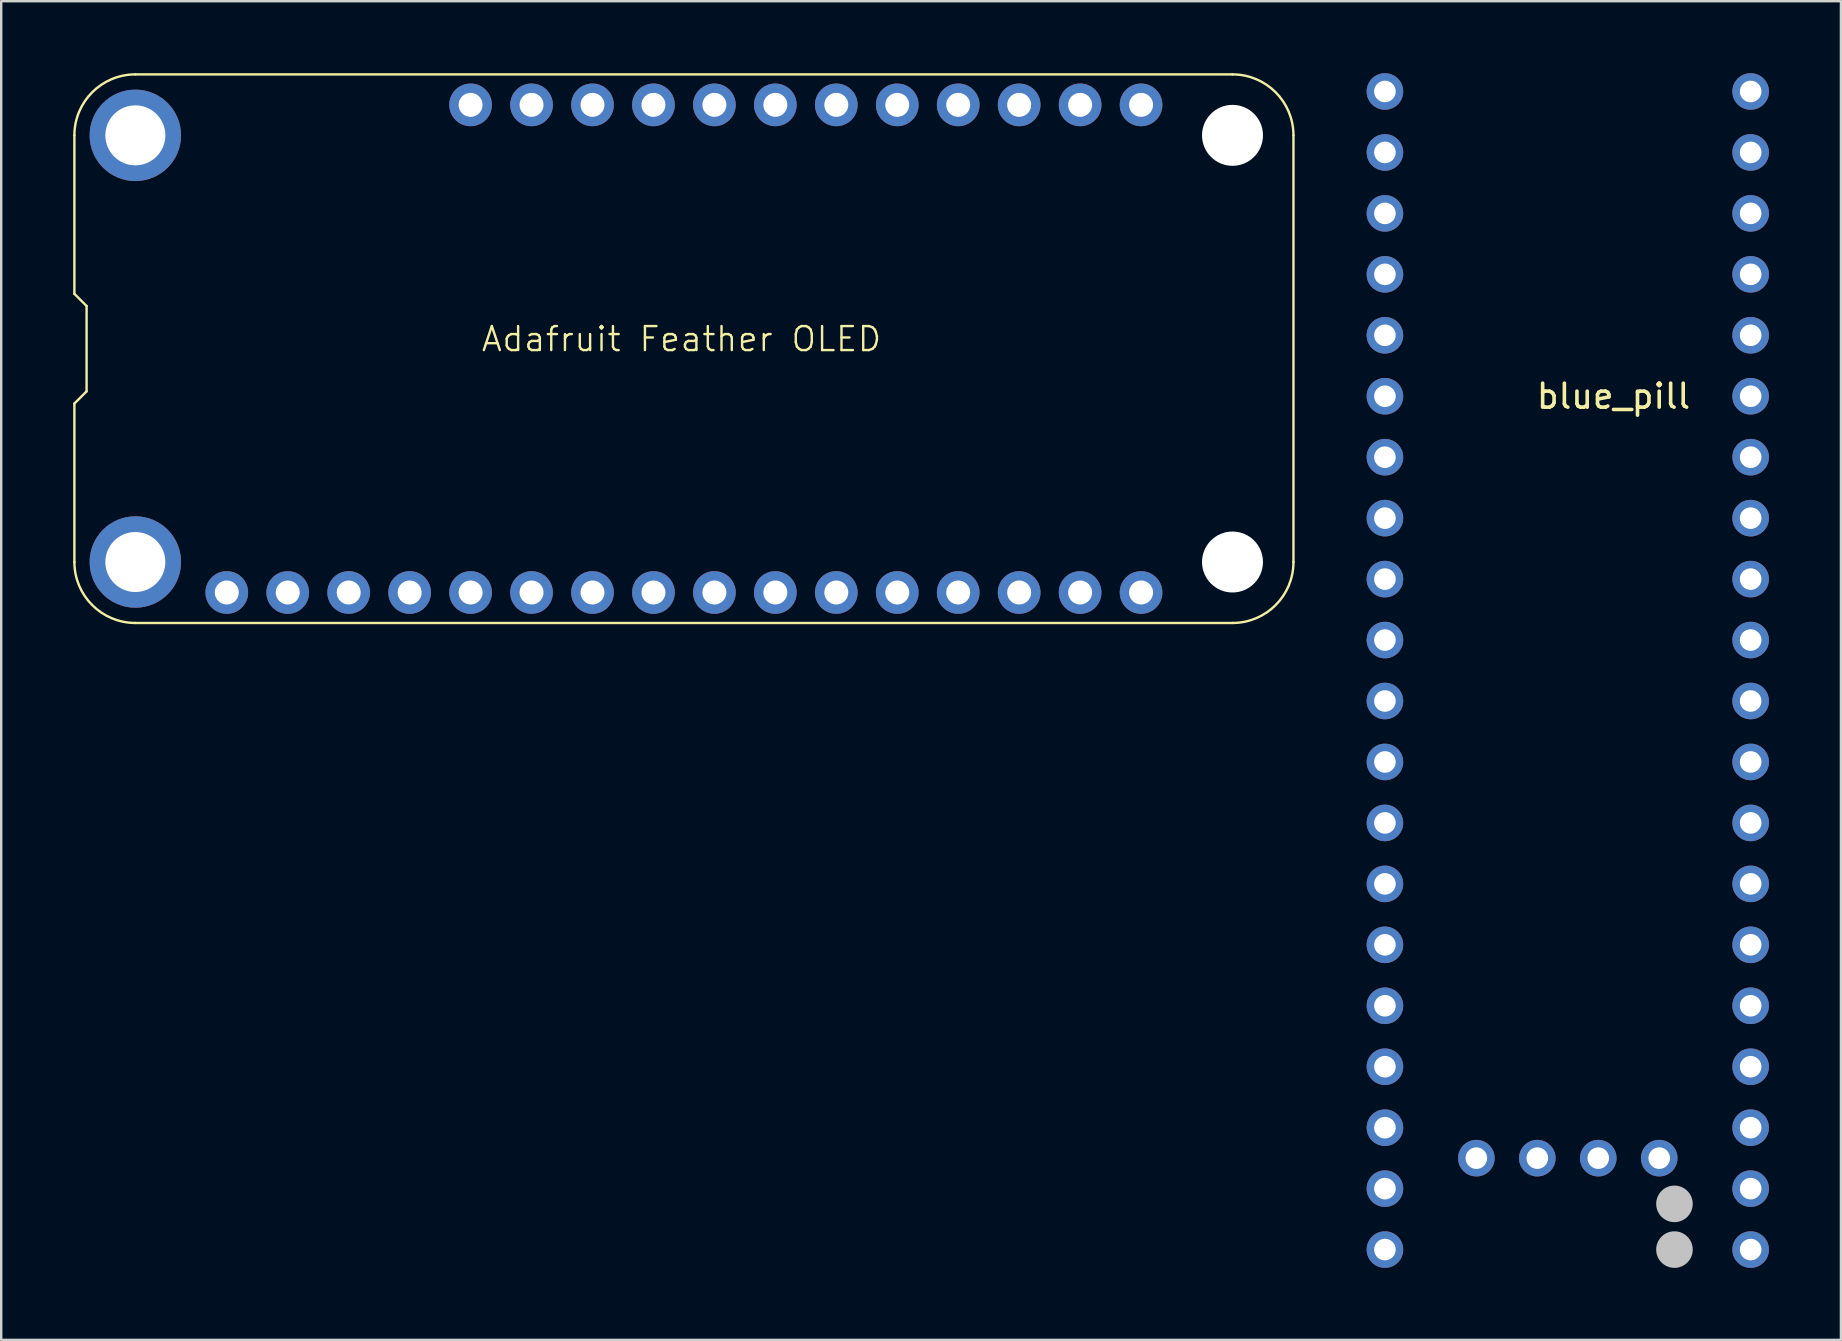
<source format=kicad_pcb>
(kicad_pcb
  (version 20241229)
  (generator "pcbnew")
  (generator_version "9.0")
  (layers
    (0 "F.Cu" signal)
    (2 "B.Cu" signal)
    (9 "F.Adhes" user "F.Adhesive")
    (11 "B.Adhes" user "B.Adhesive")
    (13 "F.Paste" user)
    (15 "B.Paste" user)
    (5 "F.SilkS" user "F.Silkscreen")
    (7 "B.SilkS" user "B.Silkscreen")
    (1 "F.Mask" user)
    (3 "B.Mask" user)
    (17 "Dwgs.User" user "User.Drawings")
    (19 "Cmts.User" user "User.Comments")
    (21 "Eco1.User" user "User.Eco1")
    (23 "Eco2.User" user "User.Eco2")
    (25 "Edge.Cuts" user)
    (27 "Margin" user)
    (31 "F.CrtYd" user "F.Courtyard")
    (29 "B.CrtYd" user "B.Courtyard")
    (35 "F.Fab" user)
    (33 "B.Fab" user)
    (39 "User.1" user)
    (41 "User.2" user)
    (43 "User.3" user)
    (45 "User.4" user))
  (footprint "blue_pill"
    (layer "F.Cu")
    (at 64.187 21.717)
    (property "Reference" "blue_pill" (at 0 -8.255 0) (layer "F.SilkS") (effects (font (size 1 1) (thickness 0.15))))
    (attr through_hole)
    (pad "" smd circle (at 2.54 25.4) (size 1.524 1.524) (layers "Dwgs.User"))
    (pad "" smd circle (at 2.54 27.305) (size 1.524 1.524) (layers "Dwgs.User"))
    (pad "3V3" thru_hole circle (at -9.525 27.305) (size 1.524 1.524) (drill 0.9) (layers "*.Cu" "*.Mask"))
    (pad "3V3" thru_hole circle (at -5.715 23.495) (size 1.524 1.524) (drill 0.9) (layers "*.Cu" "*.Mask"))
    (pad "3V3" thru_hole circle (at 5.715 -15.875) (size 1.524 1.524) (drill 0.9) (layers "*.Cu" "*.Mask"))
    (pad "5V" thru_hole circle (at -9.525 22.225) (size 1.524 1.524) (drill 0.9) (layers "*.Cu" "*.Mask"))
    (pad "G" thru_hole circle (at -9.525 24.765) (size 1.524 1.524) (drill 0.9) (layers "*.Cu" "*.Mask"))
    (pad "G" thru_hole circle (at 1.905 23.495) (size 1.524 1.524) (drill 0.9) (layers "*.Cu" "*.Mask"))
    (pad "G" thru_hole circle (at 5.715 -20.955) (size 1.524 1.524) (drill 0.9) (layers "*.Cu" "*.Mask"))
    (pad "G" thru_hole circle (at 5.715 -18.415) (size 1.524 1.524) (drill 0.9) (layers "*.Cu" "*.Mask"))
    (pad "NRST" thru_hole circle (at 5.715 -13.335) (size 1.524 1.524) (drill 0.9) (layers "*.Cu" "*.Mask"))
    (pad "PA0" thru_hole circle (at 5.715 17.145) (size 1.524 1.524) (drill 0.9) (layers "*.Cu" "*.Mask"))
    (pad "PA1" thru_hole circle (at 5.715 14.605) (size 1.524 1.524) (drill 0.9) (layers "*.Cu" "*.Mask"))
    (pad "PA2" thru_hole circle (at 5.715 12.065) (size 1.524 1.524) (drill 0.9) (layers "*.Cu" "*.Mask"))
    (pad "PA3" thru_hole circle (at 5.715 9.525) (size 1.524 1.524) (drill 0.9) (layers "*.Cu" "*.Mask"))
    (pad "PA4" thru_hole circle (at 5.715 6.985) (size 1.524 1.524) (drill 0.9) (layers "*.Cu" "*.Mask"))
    (pad "PA5" thru_hole circle (at 5.715 4.445) (size 1.524 1.524) (drill 0.9) (layers "*.Cu" "*.Mask"))
    (pad "PA6" thru_hole circle (at 5.715 1.905) (size 1.524 1.524) (drill 0.9) (layers "*.Cu" "*.Mask"))
    (pad "PA7" thru_hole circle (at 5.715 -0.635) (size 1.524 1.524) (drill 0.9) (layers "*.Cu" "*.Mask"))
    (pad "PA8" thru_hole circle (at -9.525 -10.795) (size 1.524 1.524) (drill 0.9) (layers "*.Cu" "*.Mask"))
    (pad "PA9" thru_hole circle (at -9.525 -8.255) (size 1.524 1.524) (drill 0.9) (layers "*.Cu" "*.Mask"))
    (pad "PA10" thru_hole circle (at -9.525 -5.715) (size 1.524 1.524) (drill 0.9) (layers "*.Cu" "*.Mask"))
    (pad "PA11" thru_hole circle (at -9.525 -3.175) (size 1.524 1.524) (drill 0.9) (layers "*.Cu" "*.Mask"))
    (pad "PA12" thru_hole circle (at -9.525 -0.635) (size 1.524 1.524) (drill 0.9) (layers "*.Cu" "*.Mask"))
    (pad "PA15" thru_hole circle (at -9.525 1.905) (size 1.524 1.524) (drill 0.9) (layers "*.Cu" "*.Mask"))
    (pad "PB0" thru_hole circle (at 5.715 -3.175) (size 1.524 1.524) (drill 0.9) (layers "*.Cu" "*.Mask"))
    (pad "PB1" thru_hole circle (at 5.715 -5.715) (size 1.524 1.524) (drill 0.9) (layers "*.Cu" "*.Mask"))
    (pad "PB3" thru_hole circle (at -9.525 4.445) (size 1.524 1.524) (drill 0.9) (layers "*.Cu" "*.Mask"))
    (pad "PB4" thru_hole circle (at -9.525 6.985) (size 1.524 1.524) (drill 0.9) (layers "*.Cu" "*.Mask"))
    (pad "PB5" thru_hole circle (at -9.525 9.525) (size 1.524 1.524) (drill 0.9) (layers "*.Cu" "*.Mask"))
    (pad "PB6" thru_hole circle (at -9.525 12.065) (size 1.524 1.524) (drill 0.9) (layers "*.Cu" "*.Mask"))
    (pad "PB7" thru_hole circle (at -9.525 14.605) (size 1.524 1.524) (drill 0.9) (layers "*.Cu" "*.Mask"))
    (pad "PB8" thru_hole circle (at -9.525 17.145) (size 1.524 1.524) (drill 0.9) (layers "*.Cu" "*.Mask"))
    (pad "PB9" thru_hole circle (at -9.525 19.685) (size 1.524 1.524) (drill 0.9) (layers "*.Cu" "*.Mask"))
    (pad "PB10" thru_hole circle (at 5.715 -8.255) (size 1.524 1.524) (drill 0.9) (layers "*.Cu" "*.Mask"))
    (pad "PB11" thru_hole circle (at 5.715 -10.795) (size 1.524 1.524) (drill 0.9) (layers "*.Cu" "*.Mask"))
    (pad "PB12" thru_hole circle (at -9.525 -20.955) (size 1.524 1.524) (drill 0.9) (layers "*.Cu" "*.Mask"))
    (pad "PB13" thru_hole circle (at -9.525 -18.415) (size 1.524 1.524) (drill 0.9) (layers "*.Cu" "*.Mask"))
    (pad "PB14" thru_hole circle (at -9.525 -15.875) (size 1.524 1.524) (drill 0.9) (layers "*.Cu" "*.Mask"))
    (pad "PB15" thru_hole circle (at -9.525 -13.335) (size 1.524 1.524) (drill 0.9) (layers "*.Cu" "*.Mask"))
    (pad "PC13" thru_hole circle (at 5.715 24.765) (size 1.524 1.524) (drill 0.9) (layers "*.Cu" "*.Mask"))
    (pad "PC14" thru_hole circle (at 5.715 22.225) (size 1.524 1.524) (drill 0.9) (layers "*.Cu" "*.Mask"))
    (pad "PC15" thru_hole circle (at 5.715 19.685) (size 1.524 1.524) (drill 0.9) (layers "*.Cu" "*.Mask"))
    (pad "SWCLK" thru_hole circle (at -0.635 23.495) (size 1.524 1.524) (drill 0.9) (layers "*.Cu" "*.Mask"))
    (pad "SWO" thru_hole circle (at -3.175 23.495) (size 1.524 1.524) (drill 0.9) (layers "*.Cu" "*.Mask"))
    (pad "VBAT" thru_hole circle (at 5.715 27.305) (size 1.524 1.524) (drill 0.9) (layers "*.Cu" "*.Mask")))
  (footprint "Adafruit Feather OLED"
    (layer "F.Cu")
    (at 25.35 11.58)
    (property "Reference" "Adafruit Feather OLED" (at 0 -0.5 0) (unlocked yes) (layer "F.SilkS") (effects (font (size 1 1) (thickness 0.1))))
    (attr through_hole)
    (fp_line (start -25.3 -8.99) (end -25.3 -2.386) (stroke (width 0.1) (type solid)) (layer "F.SilkS"))
    (fp_line (start -25.3 -2.386) (end -24.792 -1.878) (stroke (width 0.1) (type solid)) (layer "F.SilkS"))
    (fp_line (start -25.3 2.186) (end -25.3 8.79) (stroke (width 0.1) (type solid)) (layer "F.SilkS"))
    (fp_line (start -24.792 -1.878) (end -24.792 1.678) (stroke (width 0.1) (type solid)) (layer "F.SilkS"))
    (fp_line (start -24.792 1.678) (end -25.3 2.186) (stroke (width 0.1) (type solid)) (layer "F.SilkS"))
    (fp_line (start -22.76 11.33) (end 22.96 11.33) (stroke (width 0.1) (type solid)) (layer "F.SilkS"))
    (fp_line (start 22.96 -11.53) (end -22.76 -11.53) (stroke (width 0.1) (type solid)) (layer "F.SilkS"))
    (fp_line (start 25.5 8.79) (end 25.5 -8.99) (stroke (width 0.1) (type solid)) (layer "F.SilkS"))
    (fp_arc (start -25.3 -8.99) (mid -24.556051 -10.786051) (end -22.76 -11.53) (stroke (width 0.1) (type solid)) (layer "F.SilkS"))
    (fp_arc (start -22.76 11.33) (mid -24.556051 10.586051) (end -25.3 8.79) (stroke (width 0.1) (type solid)) (layer "F.SilkS"))
    (fp_arc (start 22.96 -11.53) (mid 24.756051 -10.786051) (end 25.5 -8.99) (stroke (width 0.1) (type solid)) (layer "F.SilkS"))
    (fp_arc (start 25.5 8.79) (mid 24.756051 10.586051) (end 22.96 11.33) (stroke (width 0.1) (type solid)) (layer "F.SilkS"))
    (pad "" np_thru_hole circle (at 22.96 -8.99) (size 2.54 2.54) (drill 2.54) (layers "*.Cu" "*.Mask"))
    (pad "" np_thru_hole circle (at 22.96 8.79) (size 2.54 2.54) (drill 2.54) (layers "*.Cu" "*.Mask"))
    (pad "1" thru_hole circle (at -18.95 10.06) (size 1.778 1.778) (drill 1) (layers "*.Cu" "*.Mask"))
    (pad "2" thru_hole circle (at -16.41 10.06) (size 1.778 1.778) (drill 1) (layers "*.Cu" "*.Mask"))
    (pad "3" thru_hole circle (at -13.87 10.06) (size 1.778 1.778) (drill 1) (layers "*.Cu" "*.Mask"))
    (pad "4" thru_hole circle (at -11.33 10.06) (size 1.778 1.778) (drill 1) (layers "*.Cu" "*.Mask"))
    (pad "5" thru_hole circle (at -8.79 10.06) (size 1.778 1.778) (drill 1) (layers "*.Cu" "*.Mask"))
    (pad "6" thru_hole circle (at -6.25 10.06) (size 1.778 1.778) (drill 1) (layers "*.Cu" "*.Mask"))
    (pad "7" thru_hole circle (at -3.71 10.06) (size 1.778 1.778) (drill 1) (layers "*.Cu" "*.Mask"))
    (pad "8" thru_hole circle (at -1.17 10.06) (size 1.778 1.778) (drill 1) (layers "*.Cu" "*.Mask"))
    (pad "9" thru_hole circle (at 1.37 10.06) (size 1.778 1.778) (drill 1) (layers "*.Cu" "*.Mask"))
    (pad "10" thru_hole circle (at 3.91 10.06) (size 1.778 1.778) (drill 1) (layers "*.Cu" "*.Mask"))
    (pad "11" thru_hole circle (at 6.45 10.06) (size 1.778 1.778) (drill 1) (layers "*.Cu" "*.Mask"))
    (pad "12" thru_hole circle (at 8.99 10.06) (size 1.778 1.778) (drill 1) (layers "*.Cu" "*.Mask"))
    (pad "13" thru_hole circle (at 11.53 10.06) (size 1.778 1.778) (drill 1) (layers "*.Cu" "*.Mask"))
    (pad "14" thru_hole circle (at 14.07 10.06) (size 1.778 1.778) (drill 1) (layers "*.Cu" "*.Mask"))
    (pad "15" thru_hole circle (at 16.61 10.06) (size 1.778 1.778) (drill 1) (layers "*.Cu" "*.Mask"))
    (pad "16" thru_hole circle (at 19.15 10.06) (size 1.778 1.778) (drill 1) (layers "*.Cu" "*.Mask"))
    (pad "17" thru_hole circle (at 19.15 -10.26) (size 1.778 1.778) (drill 1) (layers "*.Cu" "*.Mask"))
    (pad "18" thru_hole circle (at 16.61 -10.26) (size 1.778 1.778) (drill 1) (layers "*.Cu" "*.Mask"))
    (pad "19" thru_hole circle (at 14.07 -10.26) (size 1.778 1.778) (drill 1) (layers "*.Cu" "*.Mask"))
    (pad "20" thru_hole circle (at 11.53 -10.26) (size 1.778 1.778) (drill 1) (layers "*.Cu" "*.Mask"))
    (pad "21" thru_hole circle (at 8.99 -10.26) (size 1.778 1.778) (drill 1) (layers "*.Cu" "*.Mask"))
    (pad "22" thru_hole circle (at 6.45 -10.26) (size 1.778 1.778) (drill 1) (layers "*.Cu" "*.Mask"))
    (pad "23" thru_hole circle (at 3.91 -10.26) (size 1.778 1.778) (drill 1) (layers "*.Cu" "*.Mask"))
    (pad "24" thru_hole circle (at 1.37 -10.26) (size 1.778 1.778) (drill 1) (layers "*.Cu" "*.Mask"))
    (pad "25" thru_hole circle (at -1.17 -10.26) (size 1.778 1.778) (drill 1) (layers "*.Cu" "*.Mask"))
    (pad "26" thru_hole circle (at -3.71 -10.26) (size 1.778 1.778) (drill 1) (layers "*.Cu" "*.Mask"))
    (pad "27" thru_hole circle (at -6.25 -10.26) (size 1.778 1.778) (drill 1) (layers "*.Cu" "*.Mask"))
    (pad "28" thru_hole circle (at -8.79 -10.26) (size 1.778 1.778) (drill 1) (layers "*.Cu" "*.Mask"))
    (pad "P$1" thru_hole circle (at -22.76 -8.99) (size 3.81 3.81) (drill 2.5) (layers "*.Cu" "*.Mask"))
    (pad "P$2" thru_hole circle (at -22.76 8.79) (size 3.81 3.81) (drill 2.5) (layers "*.Cu" "*.Mask")))
  (gr_rect
    (start -3 -3)
    (end 73.664 52.784)
    (stroke (width 0.1) (type default))
    (fill no)
    (layer "Edge.Cuts")))
</source>
